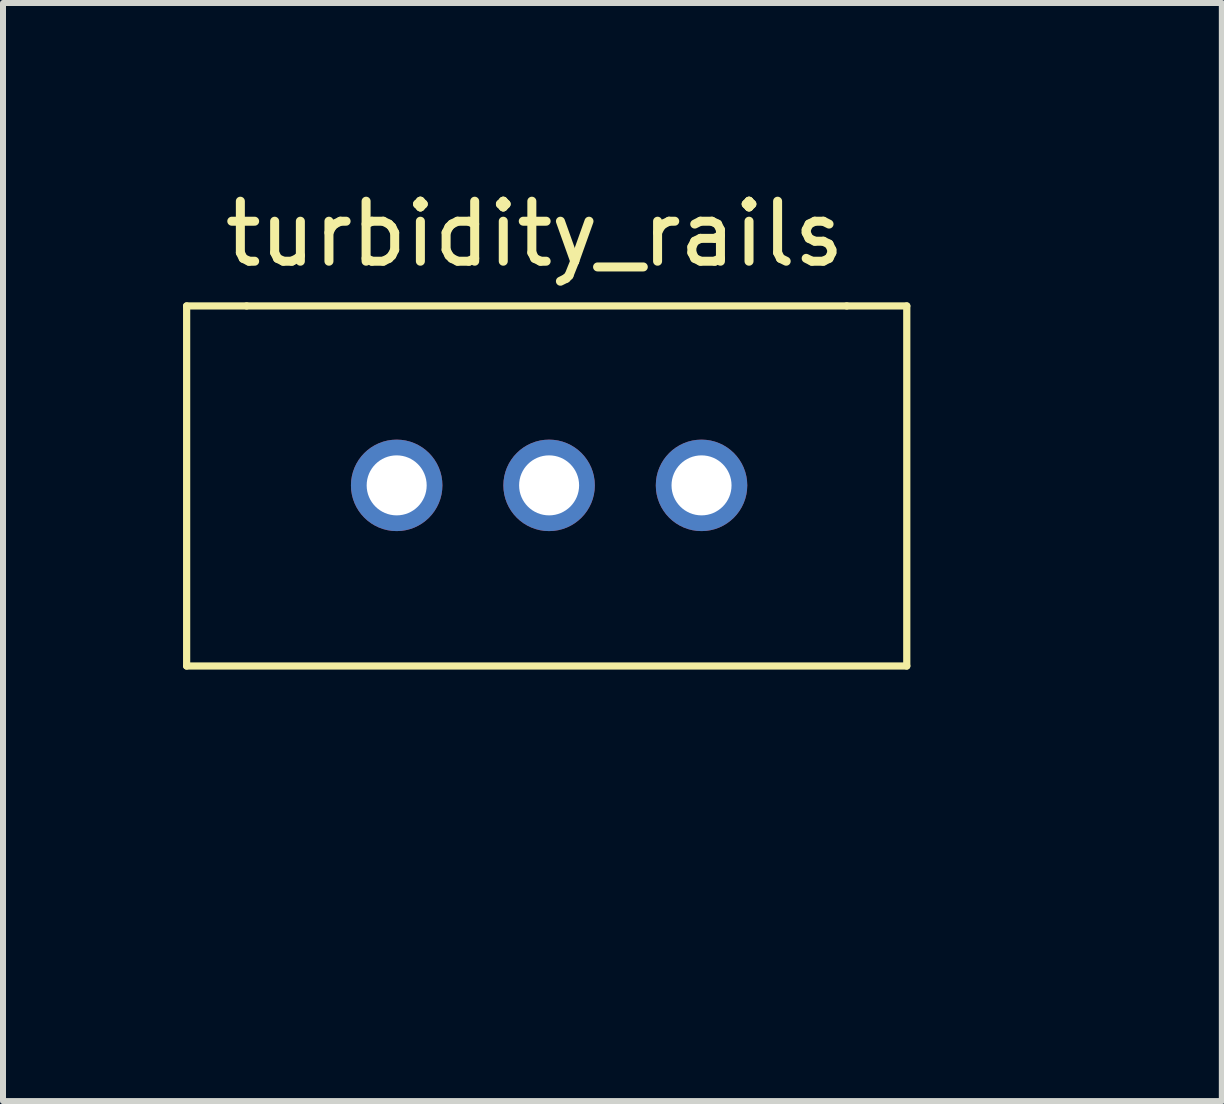
<source format=kicad_pcb>
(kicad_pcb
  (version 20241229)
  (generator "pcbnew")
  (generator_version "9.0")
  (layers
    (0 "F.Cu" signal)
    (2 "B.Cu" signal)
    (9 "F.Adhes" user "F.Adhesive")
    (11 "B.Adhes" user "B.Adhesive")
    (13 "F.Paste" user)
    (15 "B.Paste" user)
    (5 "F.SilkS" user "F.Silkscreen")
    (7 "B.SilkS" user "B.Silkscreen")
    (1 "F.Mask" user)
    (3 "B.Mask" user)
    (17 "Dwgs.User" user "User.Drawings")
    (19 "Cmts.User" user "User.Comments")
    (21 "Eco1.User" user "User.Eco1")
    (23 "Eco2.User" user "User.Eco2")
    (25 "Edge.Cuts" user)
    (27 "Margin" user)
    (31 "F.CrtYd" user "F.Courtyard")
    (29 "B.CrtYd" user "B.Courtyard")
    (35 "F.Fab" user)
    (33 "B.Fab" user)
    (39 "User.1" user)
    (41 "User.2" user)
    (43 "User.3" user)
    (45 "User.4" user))
  (footprint "turbidity_rails"
    (layer "F.Cu")
    (at 14.06 12.048)
    (property "Reference" "turbidity_rails" (at -8.2 -11.2 0) (layer "F.SilkS") (effects (font (size 1 1) (thickness 0.15))))
    (attr through_hole)
    (fp_line (start -14 -10) (end -14 -4) (stroke (width 0.12) (type solid)) (layer "F.SilkS"))
    (fp_line (start -14 -10) (end -13 -10) (stroke (width 0.12) (type solid)) (layer "F.SilkS"))
    (fp_line (start -14 -4) (end -2 -4) (stroke (width 0.12) (type solid)) (layer "F.SilkS"))
    (fp_line (start -3 -10) (end -13 -10) (stroke (width 0.12) (type solid)) (layer "F.SilkS"))
    (fp_line (start -3 -10) (end -2 -10) (stroke (width 0.12) (type solid)) (layer "F.SilkS"))
    (fp_line (start -2 -4) (end -2 -10) (stroke (width 0.12) (type solid)) (layer "F.SilkS"))
    (pad "1" thru_hole circle (at -10.5 -7.01) (size 1.524 1.524) (drill 1) (layers "*.Cu" "*.Mask"))
    (pad "2" thru_hole circle (at -7.96 -7.01) (size 1.524 1.524) (drill 1) (layers "*.Cu" "*.Mask"))
    (pad "3" thru_hole circle (at -5.42 -7.01) (size 1.524 1.524) (drill 1) (layers "*.Cu" "*.Mask")))
  (gr_rect
    (start -3 -3)
    (end 17.31 15.298)
    (stroke (width 0.1) (type default))
    (fill no)
    (layer "Edge.Cuts")))
</source>
